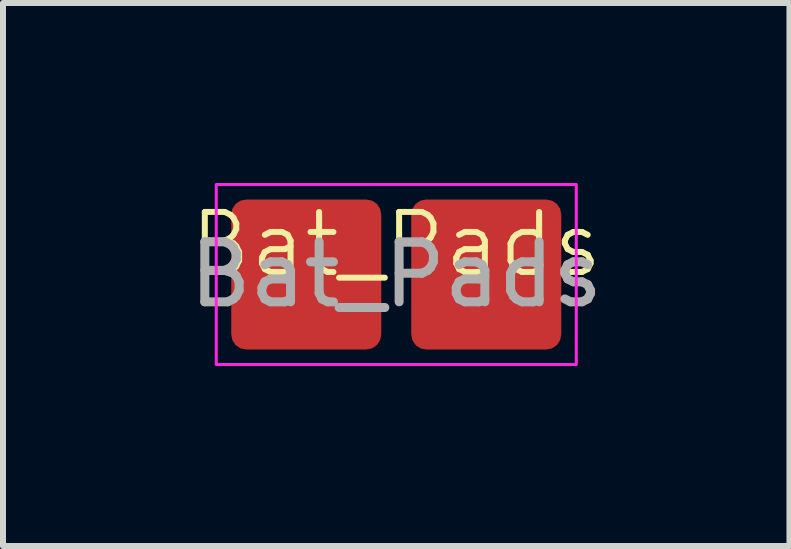
<source format=kicad_pcb>
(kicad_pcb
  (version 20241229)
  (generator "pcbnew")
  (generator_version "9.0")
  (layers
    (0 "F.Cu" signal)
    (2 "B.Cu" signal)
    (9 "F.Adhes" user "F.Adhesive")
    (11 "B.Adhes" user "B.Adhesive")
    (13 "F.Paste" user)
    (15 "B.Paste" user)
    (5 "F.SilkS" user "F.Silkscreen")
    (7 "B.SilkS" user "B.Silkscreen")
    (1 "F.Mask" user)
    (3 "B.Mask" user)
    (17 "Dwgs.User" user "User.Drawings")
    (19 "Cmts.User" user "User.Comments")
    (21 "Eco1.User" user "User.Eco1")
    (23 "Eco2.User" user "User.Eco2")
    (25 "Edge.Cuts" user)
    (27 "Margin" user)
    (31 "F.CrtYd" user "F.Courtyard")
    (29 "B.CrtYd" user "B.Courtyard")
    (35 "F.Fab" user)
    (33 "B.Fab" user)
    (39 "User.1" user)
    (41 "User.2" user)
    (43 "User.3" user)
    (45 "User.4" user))
  (footprint "Bat_Pads"
    (layer "F.Cu")
    (at 3.554 1.525)
    (property "Reference" "Bat_Pads" (at 0 -0.5 0) (unlocked yes) (layer "F.SilkS") (effects (font (size 1 1) (thickness 0.1))))
    (attr smd exclude_from_pos_files exclude_from_bom allow_missing_courtyard)
    (fp_rect (start -3 -1.5) (end 3 1.5) (stroke (width 0.05) (type default)) (fill no) (layer "F.CrtYd"))
    (fp_text user "${REFERENCE}" (at 0 0 0) (unlocked yes) (layer "F.Fab") (effects (font (size 1 1) (thickness 0.15))))
    (pad "1" smd roundrect (at -1.5 0) (size 2.5 2.5) (layers "F.Cu" "F.Mask" "F.Paste") (roundrect_rratio 0.1))
    (pad "2" smd roundrect (at 1.5 0) (size 2.5 2.5) (layers "F.Cu" "F.Mask" "F.Paste") (roundrect_rratio 0.1)))
  (gr_rect
    (start -3 -3)
    (end 10.107 6.05)
    (stroke (width 0.1) (type default))
    (fill no)
    (layer "Edge.Cuts")))
</source>
